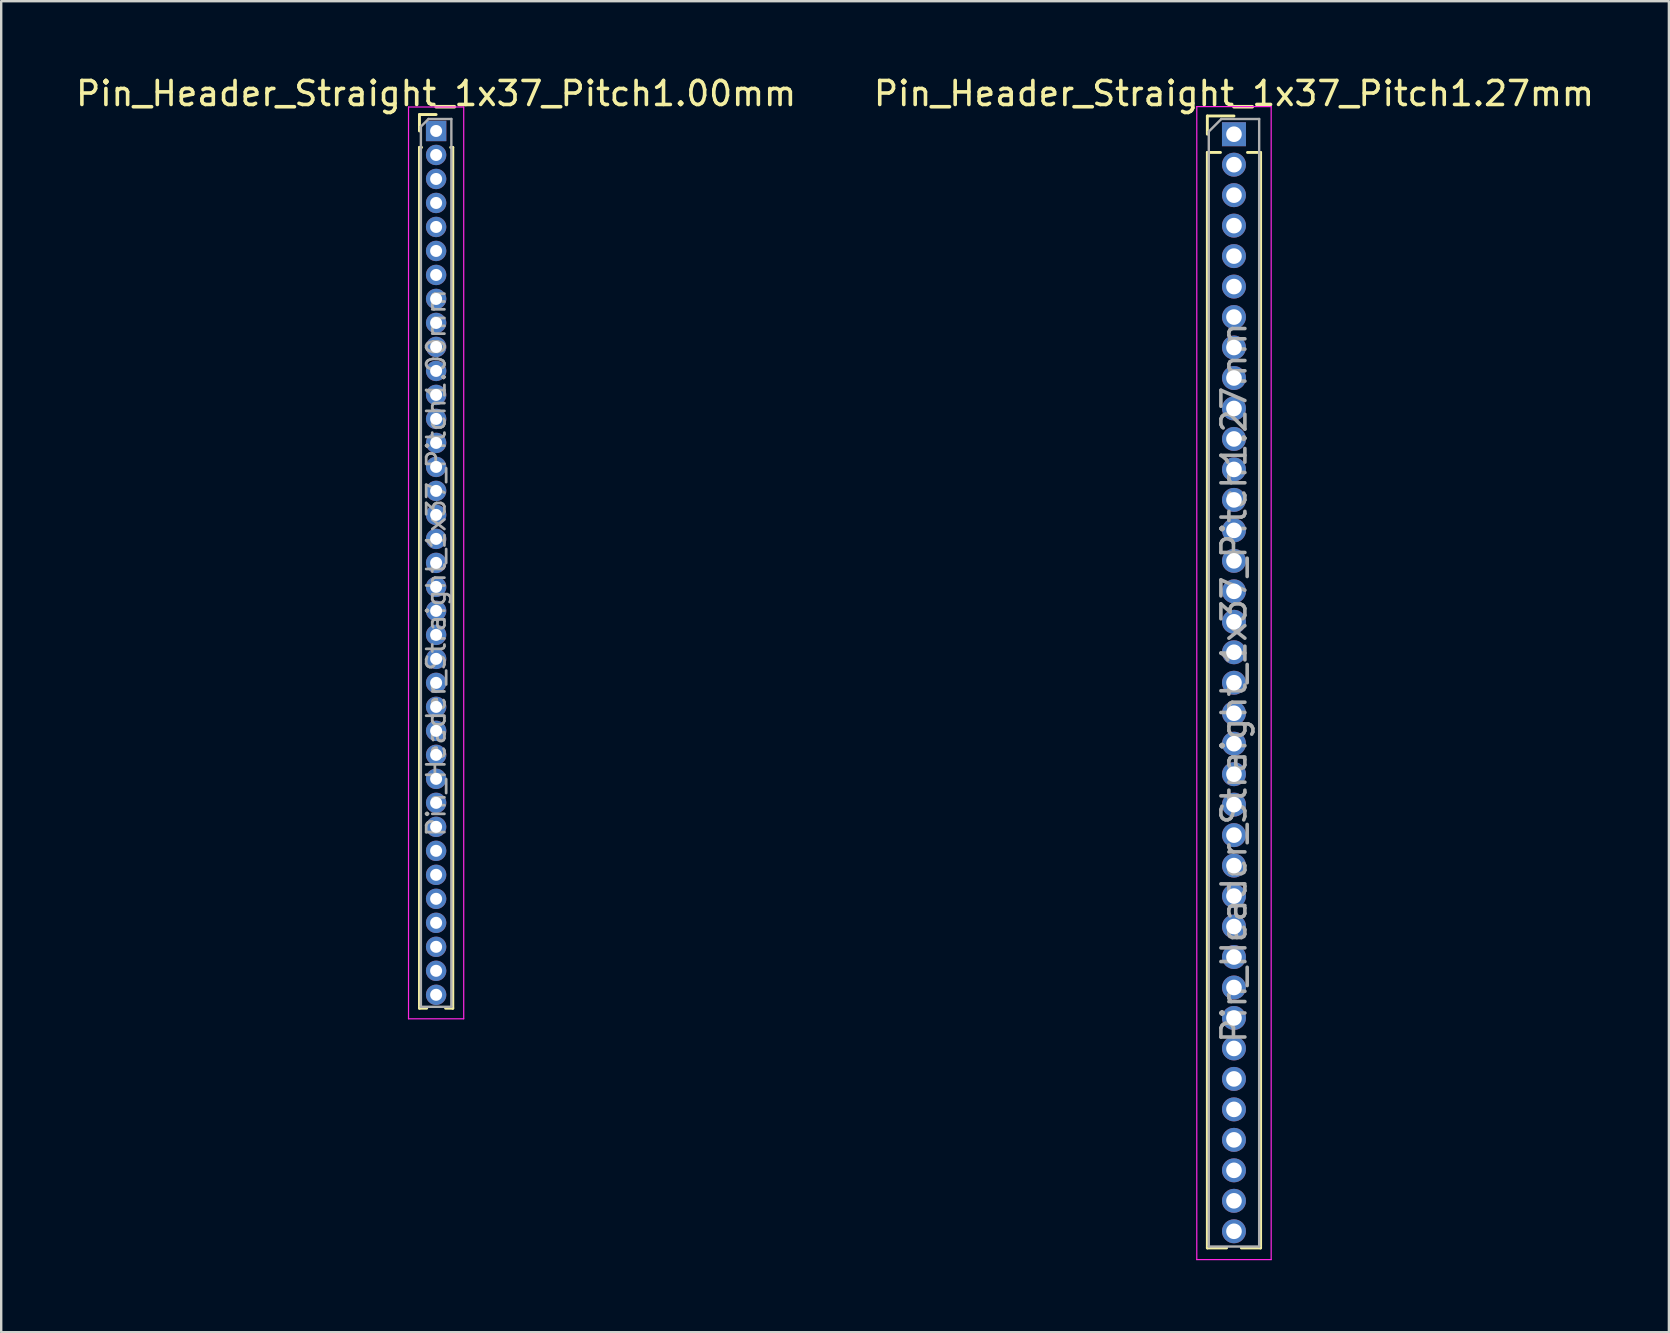
<source format=kicad_pcb>
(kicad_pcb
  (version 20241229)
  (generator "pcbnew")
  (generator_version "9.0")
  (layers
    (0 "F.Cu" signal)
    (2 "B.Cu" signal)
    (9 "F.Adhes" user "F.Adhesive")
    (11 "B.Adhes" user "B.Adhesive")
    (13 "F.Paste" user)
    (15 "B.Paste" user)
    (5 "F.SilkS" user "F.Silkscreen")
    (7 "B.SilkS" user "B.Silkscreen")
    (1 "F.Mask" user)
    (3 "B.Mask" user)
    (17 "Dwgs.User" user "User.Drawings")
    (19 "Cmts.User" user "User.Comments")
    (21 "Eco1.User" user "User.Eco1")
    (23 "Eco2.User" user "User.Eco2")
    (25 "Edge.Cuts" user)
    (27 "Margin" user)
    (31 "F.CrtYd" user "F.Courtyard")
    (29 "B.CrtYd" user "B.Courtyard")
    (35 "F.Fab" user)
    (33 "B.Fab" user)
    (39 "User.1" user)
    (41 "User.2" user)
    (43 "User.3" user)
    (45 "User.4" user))
  (footprint "Pin_Header_Straight_1x37_Pitch1.27mm"
    (layer "F.Cu")
    (at 48.375 2.543)
    (property "Reference" "Pin_Header_Straight_1x37_Pitch1.27mm" (at 0 -1.695 0) (layer "F.SilkS") (effects (font (size 1 1) (thickness 0.15))))
    (attr through_hole)
    (fp_line (start -1.11 -0.76) (end 0 -0.76) (stroke (width 0.12) (type solid)) (layer "F.SilkS"))
    (fp_line (start -1.11 0) (end -1.11 -0.76) (stroke (width 0.12) (type solid)) (layer "F.SilkS"))
    (fp_line (start -1.11 0.76) (end -1.11 46.415) (stroke (width 0.12) (type solid)) (layer "F.SilkS"))
    (fp_line (start -1.11 0.76) (end -0.563 0.76) (stroke (width 0.12) (type solid)) (layer "F.SilkS"))
    (fp_line (start -1.11 46.415) (end -0.308 46.415) (stroke (width 0.12) (type solid)) (layer "F.SilkS"))
    (fp_line (start 0.308 46.415) (end 1.11 46.415) (stroke (width 0.12) (type solid)) (layer "F.SilkS"))
    (fp_line (start 0.563 0.76) (end 1.11 0.76) (stroke (width 0.12) (type solid)) (layer "F.SilkS"))
    (fp_line (start 1.11 0.76) (end 1.11 46.415) (stroke (width 0.12) (type solid)) (layer "F.SilkS"))
    (fp_line (start -1.55 -1.15) (end -1.55 46.9) (stroke (width 0.05) (type solid)) (layer "F.CrtYd"))
    (fp_line (start -1.55 46.9) (end 1.55 46.9) (stroke (width 0.05) (type solid)) (layer "F.CrtYd"))
    (fp_line (start 1.55 -1.15) (end -1.55 -1.15) (stroke (width 0.05) (type solid)) (layer "F.CrtYd"))
    (fp_line (start 1.55 46.9) (end 1.55 -1.15) (stroke (width 0.05) (type solid)) (layer "F.CrtYd"))
    (fp_line (start -1.05 -0.11) (end -0.525 -0.635) (stroke (width 0.1) (type solid)) (layer "F.Fab"))
    (fp_line (start -1.05 46.355) (end -1.05 -0.11) (stroke (width 0.1) (type solid)) (layer "F.Fab"))
    (fp_line (start -0.525 -0.635) (end 1.05 -0.635) (stroke (width 0.1) (type solid)) (layer "F.Fab"))
    (fp_line (start 1.05 -0.635) (end 1.05 46.355) (stroke (width 0.1) (type solid)) (layer "F.Fab"))
    (fp_line (start 1.05 46.355) (end -1.05 46.355) (stroke (width 0.1) (type solid)) (layer "F.Fab"))
    (fp_text user "${REFERENCE}" (at 0 22.86 90) (layer "F.Fab") (effects (font (size 1 1) (thickness 0.15))))
    (pad "1" thru_hole rect (at 0 0) (size 1 1) (drill 0.65) (layers "*.Cu" "*.Mask"))
    (pad "2" thru_hole oval (at 0 1.27) (size 1 1) (drill 0.65) (layers "*.Cu" "*.Mask"))
    (pad "3" thru_hole oval (at 0 2.54) (size 1 1) (drill 0.65) (layers "*.Cu" "*.Mask"))
    (pad "4" thru_hole oval (at 0 3.81) (size 1 1) (drill 0.65) (layers "*.Cu" "*.Mask"))
    (pad "5" thru_hole oval (at 0 5.08) (size 1 1) (drill 0.65) (layers "*.Cu" "*.Mask"))
    (pad "6" thru_hole oval (at 0 6.35) (size 1 1) (drill 0.65) (layers "*.Cu" "*.Mask"))
    (pad "7" thru_hole oval (at 0 7.62) (size 1 1) (drill 0.65) (layers "*.Cu" "*.Mask"))
    (pad "8" thru_hole oval (at 0 8.89) (size 1 1) (drill 0.65) (layers "*.Cu" "*.Mask"))
    (pad "9" thru_hole oval (at 0 10.16) (size 1 1) (drill 0.65) (layers "*.Cu" "*.Mask"))
    (pad "10" thru_hole oval (at 0 11.43) (size 1 1) (drill 0.65) (layers "*.Cu" "*.Mask"))
    (pad "11" thru_hole oval (at 0 12.7) (size 1 1) (drill 0.65) (layers "*.Cu" "*.Mask"))
    (pad "12" thru_hole oval (at 0 13.97) (size 1 1) (drill 0.65) (layers "*.Cu" "*.Mask"))
    (pad "13" thru_hole oval (at 0 15.24) (size 1 1) (drill 0.65) (layers "*.Cu" "*.Mask"))
    (pad "14" thru_hole oval (at 0 16.51) (size 1 1) (drill 0.65) (layers "*.Cu" "*.Mask"))
    (pad "15" thru_hole oval (at 0 17.78) (size 1 1) (drill 0.65) (layers "*.Cu" "*.Mask"))
    (pad "16" thru_hole oval (at 0 19.05) (size 1 1) (drill 0.65) (layers "*.Cu" "*.Mask"))
    (pad "17" thru_hole oval (at 0 20.32) (size 1 1) (drill 0.65) (layers "*.Cu" "*.Mask"))
    (pad "18" thru_hole oval (at 0 21.59) (size 1 1) (drill 0.65) (layers "*.Cu" "*.Mask"))
    (pad "19" thru_hole oval (at 0 22.86) (size 1 1) (drill 0.65) (layers "*.Cu" "*.Mask"))
    (pad "20" thru_hole oval (at 0 24.13) (size 1 1) (drill 0.65) (layers "*.Cu" "*.Mask"))
    (pad "21" thru_hole oval (at 0 25.4) (size 1 1) (drill 0.65) (layers "*.Cu" "*.Mask"))
    (pad "22" thru_hole oval (at 0 26.67) (size 1 1) (drill 0.65) (layers "*.Cu" "*.Mask"))
    (pad "23" thru_hole oval (at 0 27.94) (size 1 1) (drill 0.65) (layers "*.Cu" "*.Mask"))
    (pad "24" thru_hole oval (at 0 29.21) (size 1 1) (drill 0.65) (layers "*.Cu" "*.Mask"))
    (pad "25" thru_hole oval (at 0 30.48) (size 1 1) (drill 0.65) (layers "*.Cu" "*.Mask"))
    (pad "26" thru_hole oval (at 0 31.75) (size 1 1) (drill 0.65) (layers "*.Cu" "*.Mask"))
    (pad "27" thru_hole oval (at 0 33.02) (size 1 1) (drill 0.65) (layers "*.Cu" "*.Mask"))
    (pad "28" thru_hole oval (at 0 34.29) (size 1 1) (drill 0.65) (layers "*.Cu" "*.Mask"))
    (pad "29" thru_hole oval (at 0 35.56) (size 1 1) (drill 0.65) (layers "*.Cu" "*.Mask"))
    (pad "30" thru_hole oval (at 0 36.83) (size 1 1) (drill 0.65) (layers "*.Cu" "*.Mask"))
    (pad "31" thru_hole oval (at 0 38.1) (size 1 1) (drill 0.65) (layers "*.Cu" "*.Mask"))
    (pad "32" thru_hole oval (at 0 39.37) (size 1 1) (drill 0.65) (layers "*.Cu" "*.Mask"))
    (pad "33" thru_hole oval (at 0 40.64) (size 1 1) (drill 0.65) (layers "*.Cu" "*.Mask"))
    (pad "34" thru_hole oval (at 0 41.91) (size 1 1) (drill 0.65) (layers "*.Cu" "*.Mask"))
    (pad "35" thru_hole oval (at 0 43.18) (size 1 1) (drill 0.65) (layers "*.Cu" "*.Mask"))
    (pad "36" thru_hole oval (at 0 44.45) (size 1 1) (drill 0.65) (layers "*.Cu" "*.Mask"))
    (pad "37" thru_hole oval (at 0 45.72) (size 1 1) (drill 0.65) (layers "*.Cu" "*.Mask")))
  (footprint "Pin_Header_Straight_1x37_Pitch1.00mm"
    (layer "F.Cu")
    (at 15.125 2.408)
    (property "Reference" "Pin_Header_Straight_1x37_Pitch1.00mm" (at 0 -1.56 0) (layer "F.SilkS") (effects (font (size 1 1) (thickness 0.15))))
    (attr through_hole)
    (fp_line (start -0.695 -0.685) (end 0 -0.685) (stroke (width 0.12) (type solid)) (layer "F.SilkS"))
    (fp_line (start -0.695 0) (end -0.695 -0.685) (stroke (width 0.12) (type solid)) (layer "F.SilkS"))
    (fp_line (start -0.695 0.685) (end -0.695 36.56) (stroke (width 0.12) (type solid)) (layer "F.SilkS"))
    (fp_line (start -0.695 0.685) (end -0.608 0.685) (stroke (width 0.12) (type solid)) (layer "F.SilkS"))
    (fp_line (start -0.695 36.56) (end -0.394 36.56) (stroke (width 0.12) (type solid)) (layer "F.SilkS"))
    (fp_line (start 0.394 36.56) (end 0.695 36.56) (stroke (width 0.12) (type solid)) (layer "F.SilkS"))
    (fp_line (start 0.608 0.685) (end 0.695 0.685) (stroke (width 0.12) (type solid)) (layer "F.SilkS"))
    (fp_line (start 0.695 0.685) (end 0.695 36.56) (stroke (width 0.12) (type solid)) (layer "F.SilkS"))
    (fp_line (start -1.15 -1) (end -1.15 37) (stroke (width 0.05) (type solid)) (layer "F.CrtYd"))
    (fp_line (start -1.15 37) (end 1.15 37) (stroke (width 0.05) (type solid)) (layer "F.CrtYd"))
    (fp_line (start 1.15 -1) (end -1.15 -1) (stroke (width 0.05) (type solid)) (layer "F.CrtYd"))
    (fp_line (start 1.15 37) (end 1.15 -1) (stroke (width 0.05) (type solid)) (layer "F.CrtYd"))
    (fp_line (start -0.635 -0.182) (end -0.318 -0.5) (stroke (width 0.1) (type solid)) (layer "F.Fab"))
    (fp_line (start -0.635 36.5) (end -0.635 -0.182) (stroke (width 0.1) (type solid)) (layer "F.Fab"))
    (fp_line (start -0.318 -0.5) (end 0.635 -0.5) (stroke (width 0.1) (type solid)) (layer "F.Fab"))
    (fp_line (start 0.635 -0.5) (end 0.635 36.5) (stroke (width 0.1) (type solid)) (layer "F.Fab"))
    (fp_line (start 0.635 36.5) (end -0.635 36.5) (stroke (width 0.1) (type solid)) (layer "F.Fab"))
    (fp_text user "${REFERENCE}" (at 0 18 90) (layer "F.Fab") (effects (font (size 0.76 0.76) (thickness 0.114))))
    (pad "1" thru_hole rect (at 0 0) (size 0.85 0.85) (drill 0.5) (layers "*.Cu" "*.Mask"))
    (pad "2" thru_hole oval (at 0 1) (size 0.85 0.85) (drill 0.5) (layers "*.Cu" "*.Mask"))
    (pad "3" thru_hole oval (at 0 2) (size 0.85 0.85) (drill 0.5) (layers "*.Cu" "*.Mask"))
    (pad "4" thru_hole oval (at 0 3) (size 0.85 0.85) (drill 0.5) (layers "*.Cu" "*.Mask"))
    (pad "5" thru_hole oval (at 0 4) (size 0.85 0.85) (drill 0.5) (layers "*.Cu" "*.Mask"))
    (pad "6" thru_hole oval (at 0 5) (size 0.85 0.85) (drill 0.5) (layers "*.Cu" "*.Mask"))
    (pad "7" thru_hole oval (at 0 6) (size 0.85 0.85) (drill 0.5) (layers "*.Cu" "*.Mask"))
    (pad "8" thru_hole oval (at 0 7) (size 0.85 0.85) (drill 0.5) (layers "*.Cu" "*.Mask"))
    (pad "9" thru_hole oval (at 0 8) (size 0.85 0.85) (drill 0.5) (layers "*.Cu" "*.Mask"))
    (pad "10" thru_hole oval (at 0 9) (size 0.85 0.85) (drill 0.5) (layers "*.Cu" "*.Mask"))
    (pad "11" thru_hole oval (at 0 10) (size 0.85 0.85) (drill 0.5) (layers "*.Cu" "*.Mask"))
    (pad "12" thru_hole oval (at 0 11) (size 0.85 0.85) (drill 0.5) (layers "*.Cu" "*.Mask"))
    (pad "13" thru_hole oval (at 0 12) (size 0.85 0.85) (drill 0.5) (layers "*.Cu" "*.Mask"))
    (pad "14" thru_hole oval (at 0 13) (size 0.85 0.85) (drill 0.5) (layers "*.Cu" "*.Mask"))
    (pad "15" thru_hole oval (at 0 14) (size 0.85 0.85) (drill 0.5) (layers "*.Cu" "*.Mask"))
    (pad "16" thru_hole oval (at 0 15) (size 0.85 0.85) (drill 0.5) (layers "*.Cu" "*.Mask"))
    (pad "17" thru_hole oval (at 0 16) (size 0.85 0.85) (drill 0.5) (layers "*.Cu" "*.Mask"))
    (pad "18" thru_hole oval (at 0 17) (size 0.85 0.85) (drill 0.5) (layers "*.Cu" "*.Mask"))
    (pad "19" thru_hole oval (at 0 18) (size 0.85 0.85) (drill 0.5) (layers "*.Cu" "*.Mask"))
    (pad "20" thru_hole oval (at 0 19) (size 0.85 0.85) (drill 0.5) (layers "*.Cu" "*.Mask"))
    (pad "21" thru_hole oval (at 0 20) (size 0.85 0.85) (drill 0.5) (layers "*.Cu" "*.Mask"))
    (pad "22" thru_hole oval (at 0 21) (size 0.85 0.85) (drill 0.5) (layers "*.Cu" "*.Mask"))
    (pad "23" thru_hole oval (at 0 22) (size 0.85 0.85) (drill 0.5) (layers "*.Cu" "*.Mask"))
    (pad "24" thru_hole oval (at 0 23) (size 0.85 0.85) (drill 0.5) (layers "*.Cu" "*.Mask"))
    (pad "25" thru_hole oval (at 0 24) (size 0.85 0.85) (drill 0.5) (layers "*.Cu" "*.Mask"))
    (pad "26" thru_hole oval (at 0 25) (size 0.85 0.85) (drill 0.5) (layers "*.Cu" "*.Mask"))
    (pad "27" thru_hole oval (at 0 26) (size 0.85 0.85) (drill 0.5) (layers "*.Cu" "*.Mask"))
    (pad "28" thru_hole oval (at 0 27) (size 0.85 0.85) (drill 0.5) (layers "*.Cu" "*.Mask"))
    (pad "29" thru_hole oval (at 0 28) (size 0.85 0.85) (drill 0.5) (layers "*.Cu" "*.Mask"))
    (pad "30" thru_hole oval (at 0 29) (size 0.85 0.85) (drill 0.5) (layers "*.Cu" "*.Mask"))
    (pad "31" thru_hole oval (at 0 30) (size 0.85 0.85) (drill 0.5) (layers "*.Cu" "*.Mask"))
    (pad "32" thru_hole oval (at 0 31) (size 0.85 0.85) (drill 0.5) (layers "*.Cu" "*.Mask"))
    (pad "33" thru_hole oval (at 0 32) (size 0.85 0.85) (drill 0.5) (layers "*.Cu" "*.Mask"))
    (pad "34" thru_hole oval (at 0 33) (size 0.85 0.85) (drill 0.5) (layers "*.Cu" "*.Mask"))
    (pad "35" thru_hole oval (at 0 34) (size 0.85 0.85) (drill 0.5) (layers "*.Cu" "*.Mask"))
    (pad "36" thru_hole oval (at 0 35) (size 0.85 0.85) (drill 0.5) (layers "*.Cu" "*.Mask"))
    (pad "37" thru_hole oval (at 0 36) (size 0.85 0.85) (drill 0.5) (layers "*.Cu" "*.Mask")))
  (gr_rect
    (start -3 -3)
    (end 66.5 52.468)
    (stroke (width 0.1) (type default))
    (fill no)
    (layer "Edge.Cuts")))
</source>
